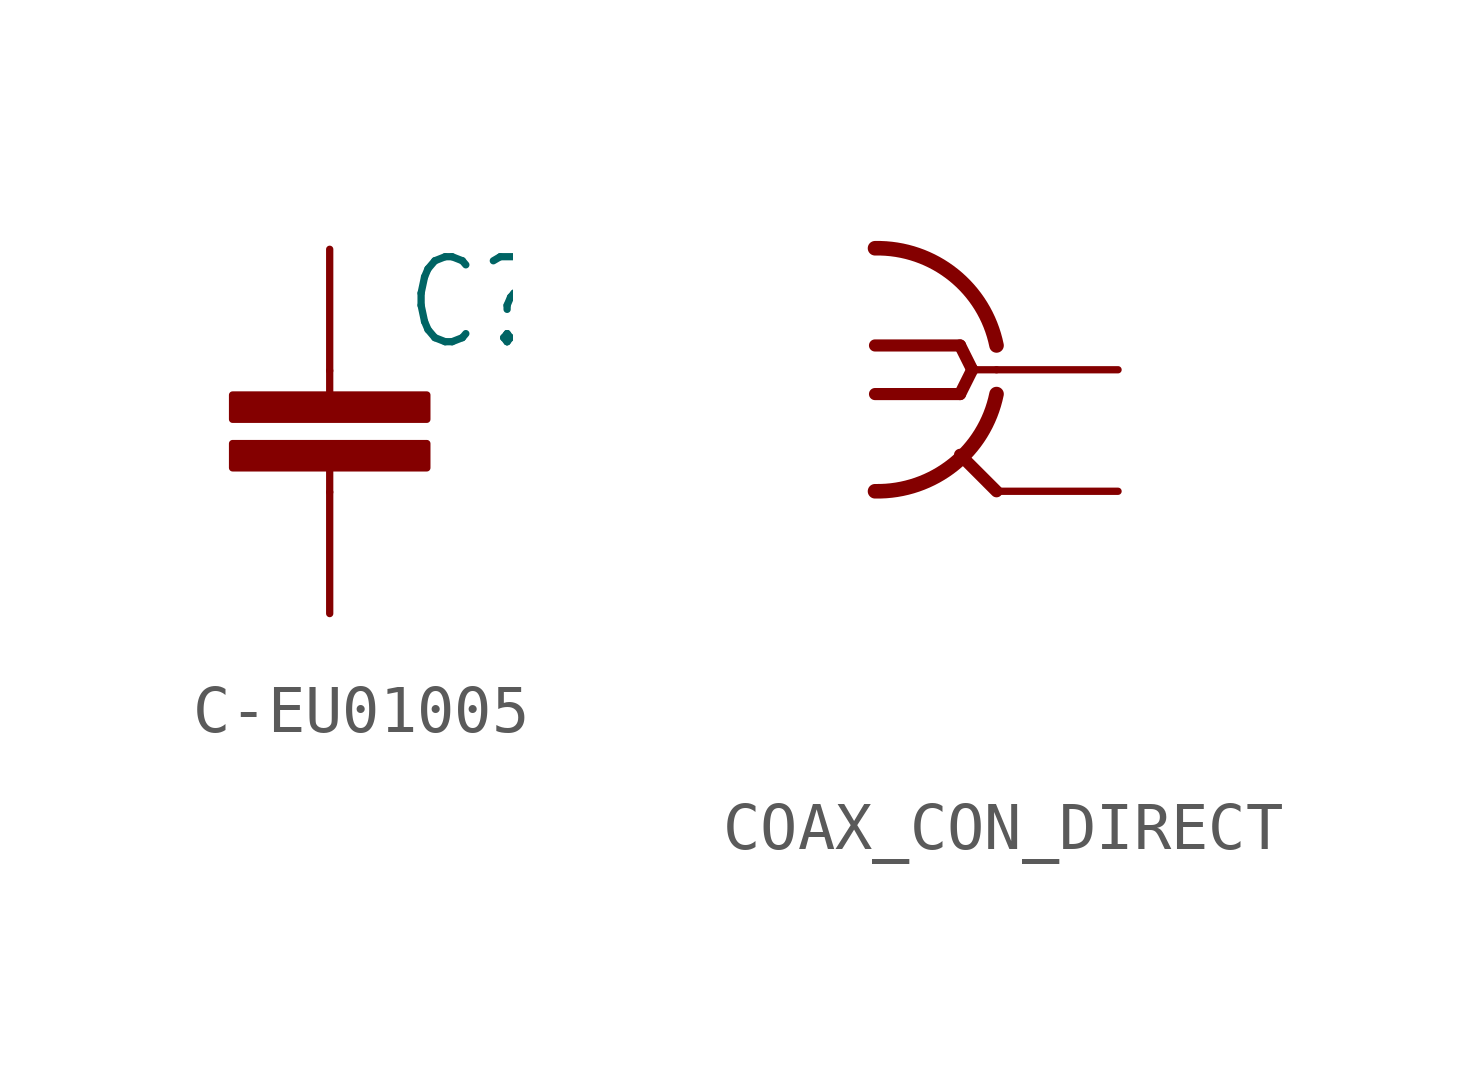
<source format=kicad_sym>
(kicad_symbol_lib
  (version 20231120)
  (generator "kicad_symbol_editor")
  (generator_version "8.0")
  (symbol "C-EU01005"
    (property "Reference" "C"
      (at 1.524 0.381 0)
      (effects (font (size 1.778 1.511)) (justify left bottom)))
    (property "Value" ""
      (at 1.524 -4.699 0)
      (effects (font (size 1.778 1.511)) (justify left bottom)))
    (property "ki_locked" ""
      (at 0 0 0)
      (effects (font (size 1.27 1.27))))
    (symbol "C-EU01005_1_0"
      (rectangle (start -2.032 -2.032) (end 2.032 -1.524) (stroke (width 0) (type default)) (fill (type outline)))
      (rectangle (start -2.032 -1.016) (end 2.032 -0.508) (stroke (width 0) (type default)) (fill (type outline)))
      (polyline (pts (xy 0 -2.54) (xy 0 -2.032)) (stroke (width 0.152) (type solid)) (fill (type none)))
      (polyline (pts (xy 0 0) (xy 0 -0.508)) (stroke (width 0.152) (type solid)) (fill (type none)))
      (pin passive line (at 0 2.54 270) (length 2.54) (name "1" (effects (font (size 0 0)))) (number "1" (effects (font (size 0 0)))))
      (pin passive line (at 0 -5.08 90) (length 2.54) (name "2" (effects (font (size 0 0)))) (number "2" (effects (font (size 0 0)))))))
  (symbol "COAX_CON_DIRECT"
    (property "Reference" ""
      (at -2.54 3.302 0)
      (effects (font (size 1.778 1.511)) (justify left bottom) (hide yes)))
    (property "Value" ""
      (at -2.54 -7.62 0)
      (effects (font (size 1.778 1.511)) (justify left bottom)))
    (property "ki_locked" ""
      (at 0 0 0)
      (effects (font (size 1.27 1.27))))
    (symbol "COAX_CON_DIRECT_1_0"
      (arc (start -2.54 -2.54) (mid -0.9022 -1.9838) (end 0 -0.508) (stroke (width 0.3048) (type solid)) (fill (type none)))
      (polyline (pts (xy -2.54 0.508) (xy -0.762 0.508)) (stroke (width 0.254) (type solid)) (fill (type none)))
      (polyline (pts (xy -0.762 -0.508) (xy -2.54 -0.508)) (stroke (width 0.254) (type solid)) (fill (type none)))
      (polyline (pts (xy -0.762 0.508) (xy -0.508 0)) (stroke (width 0.254) (type solid)) (fill (type none)))
      (polyline (pts (xy -0.508 0) (xy -0.762 -0.508)) (stroke (width 0.254) (type solid)) (fill (type none)))
      (polyline (pts (xy 0 -2.54) (xy -0.762 -1.778)) (stroke (width 0.254) (type solid)) (fill (type none)))
      (polyline (pts (xy 0 0) (xy -0.508 0)) (stroke (width 0.152) (type solid)) (fill (type none)))
      (arc (start 0 0.508) (mid -0.9022 1.9838) (end -2.54 2.54) (stroke (width 0.3048) (type solid)) (fill (type none)))
      (pin passive line (at 2.54 0 180) (length 2.54) (name "1" (effects (font (size 0 0)))) (number "P$1" (effects (font (size 0 0)))))
      (pin passive line (at 2.54 -2.54 180) (length 2.54) (name "GND@1" (effects (font (size 0 0)))) (number "P$2" (effects (font (size 0 0))))))))
</source>
